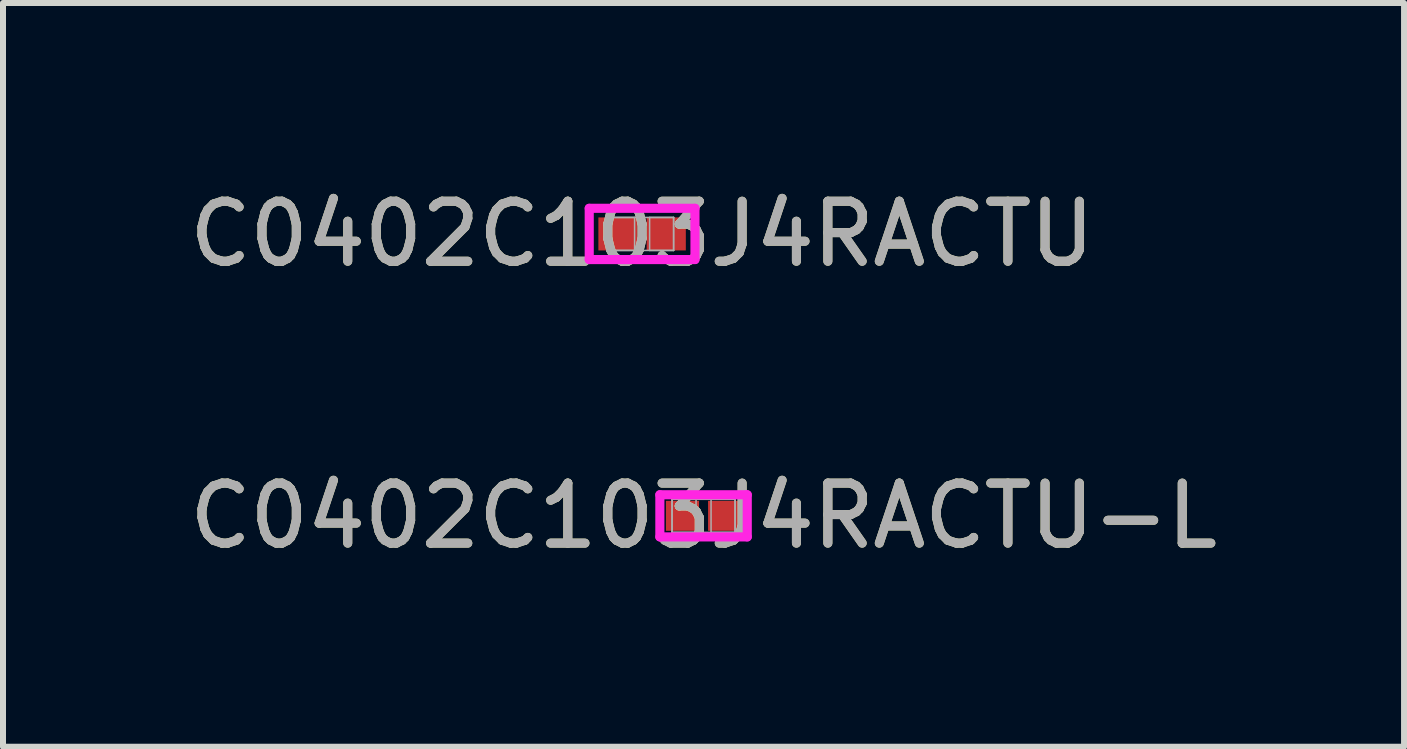
<source format=kicad_pcb>
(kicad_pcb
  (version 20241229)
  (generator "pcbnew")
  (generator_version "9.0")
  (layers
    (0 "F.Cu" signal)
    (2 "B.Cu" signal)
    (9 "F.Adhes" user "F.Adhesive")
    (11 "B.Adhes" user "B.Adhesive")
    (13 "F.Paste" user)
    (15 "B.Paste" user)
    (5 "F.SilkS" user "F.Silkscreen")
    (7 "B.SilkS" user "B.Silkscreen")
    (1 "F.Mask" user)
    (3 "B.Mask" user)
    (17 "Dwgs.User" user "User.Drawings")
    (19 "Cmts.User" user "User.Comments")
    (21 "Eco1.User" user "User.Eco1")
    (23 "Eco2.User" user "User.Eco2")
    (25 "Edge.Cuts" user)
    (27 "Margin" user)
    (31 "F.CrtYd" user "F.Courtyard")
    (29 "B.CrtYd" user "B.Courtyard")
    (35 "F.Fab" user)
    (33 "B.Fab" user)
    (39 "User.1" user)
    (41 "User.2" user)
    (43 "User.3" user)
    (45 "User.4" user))
  (footprint "C0402C103J4RACTU-L"
    (layer "F.Cu")
    (at 8.673 5.545)
    (property "Reference" "C0402C103J4RACTU-L" (at 0 0 0) (unlocked yes) (layer "F.SilkS") (effects (font (size 1 1) (thickness 0.15))))
    (attr smd)
    (fp_line (start -0.728 -0.351) (end 0.728 -0.351) (stroke (width 0.152) (type solid)) (layer "F.CrtYd"))
    (fp_line (start -0.728 0.351) (end -0.728 -0.351) (stroke (width 0.152) (type solid)) (layer "F.CrtYd"))
    (fp_line (start 0.728 -0.351) (end 0.728 0.351) (stroke (width 0.152) (type solid)) (layer "F.CrtYd"))
    (fp_line (start 0.728 0.351) (end -0.728 0.351) (stroke (width 0.152) (type solid)) (layer "F.CrtYd"))
    (fp_line (start -0.525 -0.275) (end -0.525 0.275) (stroke (width 0.025) (type solid)) (layer "F.Fab"))
    (fp_line (start -0.525 -0.275) (end -0.525 0.275) (stroke (width 0.025) (type solid)) (layer "F.Fab"))
    (fp_line (start -0.525 0.275) (end -0.125 0.275) (stroke (width 0.025) (type solid)) (layer "F.Fab"))
    (fp_line (start -0.525 0.275) (end 0.525 0.275) (stroke (width 0.025) (type solid)) (layer "F.Fab"))
    (fp_line (start -0.125 -0.275) (end -0.525 -0.275) (stroke (width 0.025) (type solid)) (layer "F.Fab"))
    (fp_line (start -0.125 0.275) (end -0.125 -0.275) (stroke (width 0.025) (type solid)) (layer "F.Fab"))
    (fp_line (start 0.125 -0.275) (end 0.125 0.275) (stroke (width 0.025) (type solid)) (layer "F.Fab"))
    (fp_line (start 0.125 0.275) (end 0.525 0.275) (stroke (width 0.025) (type solid)) (layer "F.Fab"))
    (fp_line (start 0.525 -0.275) (end -0.525 -0.275) (stroke (width 0.025) (type solid)) (layer "F.Fab"))
    (fp_line (start 0.525 -0.275) (end 0.125 -0.275) (stroke (width 0.025) (type solid)) (layer "F.Fab"))
    (fp_line (start 0.525 0.275) (end 0.525 -0.275) (stroke (width 0.025) (type solid)) (layer "F.Fab"))
    (fp_line (start 0.525 0.275) (end 0.525 -0.275) (stroke (width 0.025) (type solid)) (layer "F.Fab"))
    (fp_text user "${REFERENCE}" (at 0 0 0) (unlocked yes) (layer "F.Fab") (effects (font (size 1 1) (thickness 0.15))))
    (pad "1" smd rect (at -0.351 0) (size 0.552 0.499) (layers "F.Cu" "F.Mask" "F.Paste"))
    (pad "2" smd rect (at 0.351 0) (size 0.552 0.499) (layers "F.Cu" "F.Mask" "F.Paste"))
    (zone (net_name "") (layer "F.Cu") (hatch full 0.508) (connect_pads) (min_thickness 0.254) (filled_areas_thickness no) (keepout (tracks not_allowed) (vias not_allowed) (pads allowed) (copperpour not_allowed) (footprints allowed)) (placement (enabled no)) (fill) (polygon (pts (xy 8.648 5.321) (xy 8.697 5.321) (xy 8.697 5.769) (xy 8.648 5.769)))))
  (footprint "C0402C103J4RACTU"
    (layer "F.Cu")
    (at 7.649 0.848)
    (property "Reference" "C0402C103J4RACTU" (at 0 0 0) (unlocked yes) (layer "F.SilkS") (effects (font (size 1 1) (thickness 0.15))))
    (attr smd)
    (fp_line (start -0.881 -0.427) (end 0.881 -0.427) (stroke (width 0.152) (type solid)) (layer "F.CrtYd"))
    (fp_line (start -0.881 0.427) (end -0.881 -0.427) (stroke (width 0.152) (type solid)) (layer "F.CrtYd"))
    (fp_line (start 0.881 -0.427) (end 0.881 0.427) (stroke (width 0.152) (type solid)) (layer "F.CrtYd"))
    (fp_line (start 0.881 0.427) (end -0.881 0.427) (stroke (width 0.152) (type solid)) (layer "F.CrtYd"))
    (fp_line (start -0.525 -0.275) (end -0.525 0.275) (stroke (width 0.025) (type solid)) (layer "F.Fab"))
    (fp_line (start -0.525 -0.275) (end -0.525 0.275) (stroke (width 0.025) (type solid)) (layer "F.Fab"))
    (fp_line (start -0.525 0.275) (end -0.125 0.275) (stroke (width 0.025) (type solid)) (layer "F.Fab"))
    (fp_line (start -0.525 0.275) (end 0.525 0.275) (stroke (width 0.025) (type solid)) (layer "F.Fab"))
    (fp_line (start -0.125 -0.275) (end -0.525 -0.275) (stroke (width 0.025) (type solid)) (layer "F.Fab"))
    (fp_line (start -0.125 0.275) (end -0.125 -0.275) (stroke (width 0.025) (type solid)) (layer "F.Fab"))
    (fp_line (start 0.125 -0.275) (end 0.125 0.275) (stroke (width 0.025) (type solid)) (layer "F.Fab"))
    (fp_line (start 0.125 0.275) (end 0.525 0.275) (stroke (width 0.025) (type solid)) (layer "F.Fab"))
    (fp_line (start 0.525 -0.275) (end -0.525 -0.275) (stroke (width 0.025) (type solid)) (layer "F.Fab"))
    (fp_line (start 0.525 -0.275) (end 0.125 -0.275) (stroke (width 0.025) (type solid)) (layer "F.Fab"))
    (fp_line (start 0.525 0.275) (end 0.525 -0.275) (stroke (width 0.025) (type solid)) (layer "F.Fab"))
    (fp_line (start 0.525 0.275) (end 0.525 -0.275) (stroke (width 0.025) (type solid)) (layer "F.Fab"))
    (fp_text user "${REFERENCE}" (at 0 0 0) (unlocked yes) (layer "F.Fab") (effects (font (size 1 1) (thickness 0.15))))
    (pad "1" smd rect (at -0.402 0) (size 0.653 0.55) (layers "F.Cu" "F.Mask" "F.Paste"))
    (pad "2" smd rect (at 0.402 0) (size 0.653 0.55) (layers "F.Cu" "F.Mask" "F.Paste"))
    (zone (net_name "") (layer "F.Cu") (hatch full 0.508) (connect_pads) (min_thickness 0.254) (filled_areas_thickness no) (keepout (tracks not_allowed) (vias not_allowed) (pads allowed) (copperpour not_allowed) (footprints allowed)) (placement (enabled no)) (fill) (polygon (pts (xy 7.625 0.624) (xy 7.673 0.624) (xy 7.673 1.072) (xy 7.625 1.072)))))
  (gr_rect
    (start -3 -3)
    (end 20.345 9.393)
    (stroke (width 0.1) (type default))
    (fill no)
    (layer "Edge.Cuts")))
</source>
